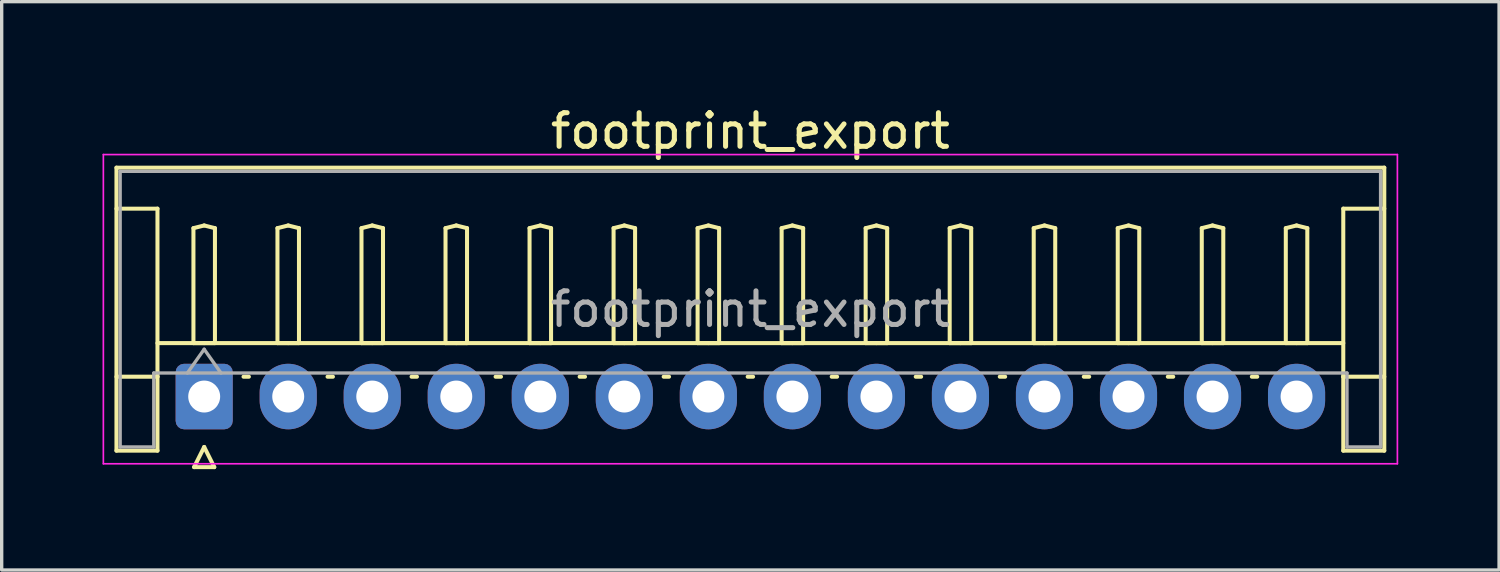
<source format=kicad_pcb>
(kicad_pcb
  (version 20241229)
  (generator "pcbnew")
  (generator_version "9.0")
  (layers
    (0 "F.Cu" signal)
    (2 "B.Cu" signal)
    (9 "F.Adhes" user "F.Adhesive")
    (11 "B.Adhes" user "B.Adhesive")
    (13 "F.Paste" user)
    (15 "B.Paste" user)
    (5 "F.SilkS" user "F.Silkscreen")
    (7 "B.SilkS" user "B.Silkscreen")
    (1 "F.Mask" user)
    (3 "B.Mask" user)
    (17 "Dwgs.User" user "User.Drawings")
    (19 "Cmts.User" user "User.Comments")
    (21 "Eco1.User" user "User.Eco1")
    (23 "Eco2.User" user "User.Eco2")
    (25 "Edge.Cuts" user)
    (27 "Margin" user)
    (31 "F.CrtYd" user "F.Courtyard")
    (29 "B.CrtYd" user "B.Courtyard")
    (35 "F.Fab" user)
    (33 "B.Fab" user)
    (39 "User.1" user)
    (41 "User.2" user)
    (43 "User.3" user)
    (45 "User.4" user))
  (footprint "footprint_export"
    (layer "F.Cu")
    (at 3.025 8.748)
    (property "Reference" "footprint_export" (at 16.25 -7.9 0) (layer "F.SilkS") (effects (font (size 1 1) (thickness 0.15))))
    (attr through_hole)
    (fp_line (start -2.61 -6.81) (end 35.11 -6.81) (stroke (width 0.12) (type solid)) (layer "F.SilkS"))
    (fp_line (start -2.61 -5.59) (end -1.39 -5.59) (stroke (width 0.12) (type solid)) (layer "F.SilkS"))
    (fp_line (start -2.61 1.61) (end -2.61 -6.81) (stroke (width 0.12) (type solid)) (layer "F.SilkS"))
    (fp_line (start -1.39 -5.59) (end -1.39 -0.59) (stroke (width 0.12) (type solid)) (layer "F.SilkS"))
    (fp_line (start -1.39 -1.59) (end 33.89 -1.59) (stroke (width 0.12) (type solid)) (layer "F.SilkS"))
    (fp_line (start -1.39 -0.59) (end -2.61 -0.59) (stroke (width 0.12) (type solid)) (layer "F.SilkS"))
    (fp_line (start -1.39 -0.59) (end -1.39 1.61) (stroke (width 0.12) (type solid)) (layer "F.SilkS"))
    (fp_line (start -1.39 1.61) (end -2.61 1.61) (stroke (width 0.12) (type solid)) (layer "F.SilkS"))
    (fp_line (start -0.32 -5.01) (end 0 -5.09) (stroke (width 0.12) (type solid)) (layer "F.SilkS"))
    (fp_line (start -0.32 -1.59) (end -0.32 -5.01) (stroke (width 0.12) (type solid)) (layer "F.SilkS"))
    (fp_line (start -0.3 2.1) (end 0.3 2.1) (stroke (width 0.12) (type solid)) (layer "F.SilkS"))
    (fp_line (start 0 -5.09) (end 0.32 -5.01) (stroke (width 0.12) (type solid)) (layer "F.SilkS"))
    (fp_line (start 0 -1.59) (end -0.32 -1.59) (stroke (width 0.12) (type solid)) (layer "F.SilkS"))
    (fp_line (start 0 1.5) (end -0.3 2.1) (stroke (width 0.12) (type solid)) (layer "F.SilkS"))
    (fp_line (start 0.3 2.1) (end 0 1.5) (stroke (width 0.12) (type solid)) (layer "F.SilkS"))
    (fp_line (start 0.32 -5.01) (end 0.32 -1.59) (stroke (width 0.12) (type solid)) (layer "F.SilkS"))
    (fp_line (start 0.32 -1.59) (end 0 -1.59) (stroke (width 0.12) (type solid)) (layer "F.SilkS"))
    (fp_line (start 1.17 -0.59) (end 1.33 -0.59) (stroke (width 0.12) (type solid)) (layer "F.SilkS"))
    (fp_line (start 2.18 -5.01) (end 2.5 -5.09) (stroke (width 0.12) (type solid)) (layer "F.SilkS"))
    (fp_line (start 2.18 -1.59) (end 2.18 -5.01) (stroke (width 0.12) (type solid)) (layer "F.SilkS"))
    (fp_line (start 2.5 -5.09) (end 2.82 -5.01) (stroke (width 0.12) (type solid)) (layer "F.SilkS"))
    (fp_line (start 2.5 -1.59) (end 2.18 -1.59) (stroke (width 0.12) (type solid)) (layer "F.SilkS"))
    (fp_line (start 2.82 -5.01) (end 2.82 -1.59) (stroke (width 0.12) (type solid)) (layer "F.SilkS"))
    (fp_line (start 2.82 -1.59) (end 2.5 -1.59) (stroke (width 0.12) (type solid)) (layer "F.SilkS"))
    (fp_line (start 3.67 -0.59) (end 3.83 -0.59) (stroke (width 0.12) (type solid)) (layer "F.SilkS"))
    (fp_line (start 4.68 -5.01) (end 5 -5.09) (stroke (width 0.12) (type solid)) (layer "F.SilkS"))
    (fp_line (start 4.68 -1.59) (end 4.68 -5.01) (stroke (width 0.12) (type solid)) (layer "F.SilkS"))
    (fp_line (start 5 -5.09) (end 5.32 -5.01) (stroke (width 0.12) (type solid)) (layer "F.SilkS"))
    (fp_line (start 5 -1.59) (end 4.68 -1.59) (stroke (width 0.12) (type solid)) (layer "F.SilkS"))
    (fp_line (start 5.32 -5.01) (end 5.32 -1.59) (stroke (width 0.12) (type solid)) (layer "F.SilkS"))
    (fp_line (start 5.32 -1.59) (end 5 -1.59) (stroke (width 0.12) (type solid)) (layer "F.SilkS"))
    (fp_line (start 6.17 -0.59) (end 6.33 -0.59) (stroke (width 0.12) (type solid)) (layer "F.SilkS"))
    (fp_line (start 7.18 -5.01) (end 7.5 -5.09) (stroke (width 0.12) (type solid)) (layer "F.SilkS"))
    (fp_line (start 7.18 -1.59) (end 7.18 -5.01) (stroke (width 0.12) (type solid)) (layer "F.SilkS"))
    (fp_line (start 7.5 -5.09) (end 7.82 -5.01) (stroke (width 0.12) (type solid)) (layer "F.SilkS"))
    (fp_line (start 7.5 -1.59) (end 7.18 -1.59) (stroke (width 0.12) (type solid)) (layer "F.SilkS"))
    (fp_line (start 7.82 -5.01) (end 7.82 -1.59) (stroke (width 0.12) (type solid)) (layer "F.SilkS"))
    (fp_line (start 7.82 -1.59) (end 7.5 -1.59) (stroke (width 0.12) (type solid)) (layer "F.SilkS"))
    (fp_line (start 8.67 -0.59) (end 8.83 -0.59) (stroke (width 0.12) (type solid)) (layer "F.SilkS"))
    (fp_line (start 9.68 -5.01) (end 10 -5.09) (stroke (width 0.12) (type solid)) (layer "F.SilkS"))
    (fp_line (start 9.68 -1.59) (end 9.68 -5.01) (stroke (width 0.12) (type solid)) (layer "F.SilkS"))
    (fp_line (start 10 -5.09) (end 10.32 -5.01) (stroke (width 0.12) (type solid)) (layer "F.SilkS"))
    (fp_line (start 10 -1.59) (end 9.68 -1.59) (stroke (width 0.12) (type solid)) (layer "F.SilkS"))
    (fp_line (start 10.32 -5.01) (end 10.32 -1.59) (stroke (width 0.12) (type solid)) (layer "F.SilkS"))
    (fp_line (start 10.32 -1.59) (end 10 -1.59) (stroke (width 0.12) (type solid)) (layer "F.SilkS"))
    (fp_line (start 11.17 -0.59) (end 11.33 -0.59) (stroke (width 0.12) (type solid)) (layer "F.SilkS"))
    (fp_line (start 12.18 -5.01) (end 12.5 -5.09) (stroke (width 0.12) (type solid)) (layer "F.SilkS"))
    (fp_line (start 12.18 -1.59) (end 12.18 -5.01) (stroke (width 0.12) (type solid)) (layer "F.SilkS"))
    (fp_line (start 12.5 -5.09) (end 12.82 -5.01) (stroke (width 0.12) (type solid)) (layer "F.SilkS"))
    (fp_line (start 12.5 -1.59) (end 12.18 -1.59) (stroke (width 0.12) (type solid)) (layer "F.SilkS"))
    (fp_line (start 12.82 -5.01) (end 12.82 -1.59) (stroke (width 0.12) (type solid)) (layer "F.SilkS"))
    (fp_line (start 12.82 -1.59) (end 12.5 -1.59) (stroke (width 0.12) (type solid)) (layer "F.SilkS"))
    (fp_line (start 13.67 -0.59) (end 13.83 -0.59) (stroke (width 0.12) (type solid)) (layer "F.SilkS"))
    (fp_line (start 14.68 -5.01) (end 15 -5.09) (stroke (width 0.12) (type solid)) (layer "F.SilkS"))
    (fp_line (start 14.68 -1.59) (end 14.68 -5.01) (stroke (width 0.12) (type solid)) (layer "F.SilkS"))
    (fp_line (start 15 -5.09) (end 15.32 -5.01) (stroke (width 0.12) (type solid)) (layer "F.SilkS"))
    (fp_line (start 15 -1.59) (end 14.68 -1.59) (stroke (width 0.12) (type solid)) (layer "F.SilkS"))
    (fp_line (start 15.32 -5.01) (end 15.32 -1.59) (stroke (width 0.12) (type solid)) (layer "F.SilkS"))
    (fp_line (start 15.32 -1.59) (end 15 -1.59) (stroke (width 0.12) (type solid)) (layer "F.SilkS"))
    (fp_line (start 16.17 -0.59) (end 16.33 -0.59) (stroke (width 0.12) (type solid)) (layer "F.SilkS"))
    (fp_line (start 17.18 -5.01) (end 17.5 -5.09) (stroke (width 0.12) (type solid)) (layer "F.SilkS"))
    (fp_line (start 17.18 -1.59) (end 17.18 -5.01) (stroke (width 0.12) (type solid)) (layer "F.SilkS"))
    (fp_line (start 17.5 -5.09) (end 17.82 -5.01) (stroke (width 0.12) (type solid)) (layer "F.SilkS"))
    (fp_line (start 17.5 -1.59) (end 17.18 -1.59) (stroke (width 0.12) (type solid)) (layer "F.SilkS"))
    (fp_line (start 17.82 -5.01) (end 17.82 -1.59) (stroke (width 0.12) (type solid)) (layer "F.SilkS"))
    (fp_line (start 17.82 -1.59) (end 17.5 -1.59) (stroke (width 0.12) (type solid)) (layer "F.SilkS"))
    (fp_line (start 18.67 -0.59) (end 18.83 -0.59) (stroke (width 0.12) (type solid)) (layer "F.SilkS"))
    (fp_line (start 19.68 -5.01) (end 20 -5.09) (stroke (width 0.12) (type solid)) (layer "F.SilkS"))
    (fp_line (start 19.68 -1.59) (end 19.68 -5.01) (stroke (width 0.12) (type solid)) (layer "F.SilkS"))
    (fp_line (start 20 -5.09) (end 20.32 -5.01) (stroke (width 0.12) (type solid)) (layer "F.SilkS"))
    (fp_line (start 20 -1.59) (end 19.68 -1.59) (stroke (width 0.12) (type solid)) (layer "F.SilkS"))
    (fp_line (start 20.32 -5.01) (end 20.32 -1.59) (stroke (width 0.12) (type solid)) (layer "F.SilkS"))
    (fp_line (start 20.32 -1.59) (end 20 -1.59) (stroke (width 0.12) (type solid)) (layer "F.SilkS"))
    (fp_line (start 21.17 -0.59) (end 21.33 -0.59) (stroke (width 0.12) (type solid)) (layer "F.SilkS"))
    (fp_line (start 22.18 -5.01) (end 22.5 -5.09) (stroke (width 0.12) (type solid)) (layer "F.SilkS"))
    (fp_line (start 22.18 -1.59) (end 22.18 -5.01) (stroke (width 0.12) (type solid)) (layer "F.SilkS"))
    (fp_line (start 22.5 -5.09) (end 22.82 -5.01) (stroke (width 0.12) (type solid)) (layer "F.SilkS"))
    (fp_line (start 22.5 -1.59) (end 22.18 -1.59) (stroke (width 0.12) (type solid)) (layer "F.SilkS"))
    (fp_line (start 22.82 -5.01) (end 22.82 -1.59) (stroke (width 0.12) (type solid)) (layer "F.SilkS"))
    (fp_line (start 22.82 -1.59) (end 22.5 -1.59) (stroke (width 0.12) (type solid)) (layer "F.SilkS"))
    (fp_line (start 23.67 -0.59) (end 23.83 -0.59) (stroke (width 0.12) (type solid)) (layer "F.SilkS"))
    (fp_line (start 24.68 -5.01) (end 25 -5.09) (stroke (width 0.12) (type solid)) (layer "F.SilkS"))
    (fp_line (start 24.68 -1.59) (end 24.68 -5.01) (stroke (width 0.12) (type solid)) (layer "F.SilkS"))
    (fp_line (start 25 -5.09) (end 25.32 -5.01) (stroke (width 0.12) (type solid)) (layer "F.SilkS"))
    (fp_line (start 25 -1.59) (end 24.68 -1.59) (stroke (width 0.12) (type solid)) (layer "F.SilkS"))
    (fp_line (start 25.32 -5.01) (end 25.32 -1.59) (stroke (width 0.12) (type solid)) (layer "F.SilkS"))
    (fp_line (start 25.32 -1.59) (end 25 -1.59) (stroke (width 0.12) (type solid)) (layer "F.SilkS"))
    (fp_line (start 26.17 -0.59) (end 26.33 -0.59) (stroke (width 0.12) (type solid)) (layer "F.SilkS"))
    (fp_line (start 27.18 -5.01) (end 27.5 -5.09) (stroke (width 0.12) (type solid)) (layer "F.SilkS"))
    (fp_line (start 27.18 -1.59) (end 27.18 -5.01) (stroke (width 0.12) (type solid)) (layer "F.SilkS"))
    (fp_line (start 27.5 -5.09) (end 27.82 -5.01) (stroke (width 0.12) (type solid)) (layer "F.SilkS"))
    (fp_line (start 27.5 -1.59) (end 27.18 -1.59) (stroke (width 0.12) (type solid)) (layer "F.SilkS"))
    (fp_line (start 27.82 -5.01) (end 27.82 -1.59) (stroke (width 0.12) (type solid)) (layer "F.SilkS"))
    (fp_line (start 27.82 -1.59) (end 27.5 -1.59) (stroke (width 0.12) (type solid)) (layer "F.SilkS"))
    (fp_line (start 28.67 -0.59) (end 28.83 -0.59) (stroke (width 0.12) (type solid)) (layer "F.SilkS"))
    (fp_line (start 29.68 -5.01) (end 30 -5.09) (stroke (width 0.12) (type solid)) (layer "F.SilkS"))
    (fp_line (start 29.68 -1.59) (end 29.68 -5.01) (stroke (width 0.12) (type solid)) (layer "F.SilkS"))
    (fp_line (start 30 -5.09) (end 30.32 -5.01) (stroke (width 0.12) (type solid)) (layer "F.SilkS"))
    (fp_line (start 30 -1.59) (end 29.68 -1.59) (stroke (width 0.12) (type solid)) (layer "F.SilkS"))
    (fp_line (start 30.32 -5.01) (end 30.32 -1.59) (stroke (width 0.12) (type solid)) (layer "F.SilkS"))
    (fp_line (start 30.32 -1.59) (end 30 -1.59) (stroke (width 0.12) (type solid)) (layer "F.SilkS"))
    (fp_line (start 31.17 -0.59) (end 31.33 -0.59) (stroke (width 0.12) (type solid)) (layer "F.SilkS"))
    (fp_line (start 32.18 -5.01) (end 32.5 -5.09) (stroke (width 0.12) (type solid)) (layer "F.SilkS"))
    (fp_line (start 32.18 -1.59) (end 32.18 -5.01) (stroke (width 0.12) (type solid)) (layer "F.SilkS"))
    (fp_line (start 32.5 -5.09) (end 32.82 -5.01) (stroke (width 0.12) (type solid)) (layer "F.SilkS"))
    (fp_line (start 32.5 -1.59) (end 32.18 -1.59) (stroke (width 0.12) (type solid)) (layer "F.SilkS"))
    (fp_line (start 32.82 -5.01) (end 32.82 -1.59) (stroke (width 0.12) (type solid)) (layer "F.SilkS"))
    (fp_line (start 32.82 -1.59) (end 32.5 -1.59) (stroke (width 0.12) (type solid)) (layer "F.SilkS"))
    (fp_line (start 33.89 -5.59) (end 33.89 -0.59) (stroke (width 0.12) (type solid)) (layer "F.SilkS"))
    (fp_line (start 33.89 -0.59) (end 35.11 -0.59) (stroke (width 0.12) (type solid)) (layer "F.SilkS"))
    (fp_line (start 33.89 1.61) (end 33.89 -0.59) (stroke (width 0.12) (type solid)) (layer "F.SilkS"))
    (fp_line (start 35.11 -6.81) (end 35.11 1.61) (stroke (width 0.12) (type solid)) (layer "F.SilkS"))
    (fp_line (start 35.11 -5.59) (end 33.89 -5.59) (stroke (width 0.12) (type solid)) (layer "F.SilkS"))
    (fp_line (start 35.11 1.61) (end 33.89 1.61) (stroke (width 0.12) (type solid)) (layer "F.SilkS"))
    (fp_line (start -3 -7.2) (end -3 2) (stroke (width 0.05) (type solid)) (layer "F.CrtYd"))
    (fp_line (start -3 2) (end 35.5 2) (stroke (width 0.05) (type solid)) (layer "F.CrtYd"))
    (fp_line (start 35.5 -7.2) (end -3 -7.2) (stroke (width 0.05) (type solid)) (layer "F.CrtYd"))
    (fp_line (start 35.5 2) (end 35.5 -7.2) (stroke (width 0.05) (type solid)) (layer "F.CrtYd"))
    (fp_line (start -2.5 -6.7) (end 35 -6.7) (stroke (width 0.1) (type solid)) (layer "F.Fab"))
    (fp_line (start -2.5 1.5) (end -2.5 -6.7) (stroke (width 0.1) (type solid)) (layer "F.Fab"))
    (fp_line (start -1.5 -0.7) (end -1.5 1.5) (stroke (width 0.1) (type solid)) (layer "F.Fab"))
    (fp_line (start -1.5 1.5) (end -2.5 1.5) (stroke (width 0.1) (type solid)) (layer "F.Fab"))
    (fp_line (start -0.5 -0.7) (end 0 -1.407) (stroke (width 0.1) (type solid)) (layer "F.Fab"))
    (fp_line (start 0 -1.407) (end 0.5 -0.7) (stroke (width 0.1) (type solid)) (layer "F.Fab"))
    (fp_line (start 34 -0.7) (end -1.5 -0.7) (stroke (width 0.1) (type solid)) (layer "F.Fab"))
    (fp_line (start 34 1.5) (end 34 -0.7) (stroke (width 0.1) (type solid)) (layer "F.Fab"))
    (fp_line (start 35 -6.7) (end 35 1.5) (stroke (width 0.1) (type solid)) (layer "F.Fab"))
    (fp_line (start 35 1.5) (end 34 1.5) (stroke (width 0.1) (type solid)) (layer "F.Fab"))
    (fp_text user "${REFERENCE}" (at 16.25 -2.6 0) (layer "F.Fab") (effects (font (size 1 1) (thickness 0.15))))
    (pad "1" thru_hole roundrect (at 0 0) (size 1.7 1.95) (drill 0.95) (layers "*.Cu" "*.Mask") (roundrect_rratio 0.147))
    (pad "2" thru_hole oval (at 2.5 0) (size 1.7 1.95) (drill 0.95) (layers "*.Cu" "*.Mask"))
    (pad "3" thru_hole oval (at 5 0) (size 1.7 1.95) (drill 0.95) (layers "*.Cu" "*.Mask"))
    (pad "4" thru_hole oval (at 7.5 0) (size 1.7 1.95) (drill 0.95) (layers "*.Cu" "*.Mask"))
    (pad "5" thru_hole oval (at 10 0) (size 1.7 1.95) (drill 0.95) (layers "*.Cu" "*.Mask"))
    (pad "6" thru_hole oval (at 12.5 0) (size 1.7 1.95) (drill 0.95) (layers "*.Cu" "*.Mask"))
    (pad "7" thru_hole oval (at 15 0) (size 1.7 1.95) (drill 0.95) (layers "*.Cu" "*.Mask"))
    (pad "8" thru_hole oval (at 17.5 0) (size 1.7 1.95) (drill 0.95) (layers "*.Cu" "*.Mask"))
    (pad "9" thru_hole oval (at 20 0) (size 1.7 1.95) (drill 0.95) (layers "*.Cu" "*.Mask"))
    (pad "10" thru_hole oval (at 22.5 0) (size 1.7 1.95) (drill 0.95) (layers "*.Cu" "*.Mask"))
    (pad "11" thru_hole oval (at 25 0) (size 1.7 1.95) (drill 0.95) (layers "*.Cu" "*.Mask"))
    (pad "12" thru_hole oval (at 27.5 0) (size 1.7 1.95) (drill 0.95) (layers "*.Cu" "*.Mask"))
    (pad "13" thru_hole oval (at 30 0) (size 1.7 1.95) (drill 0.95) (layers "*.Cu" "*.Mask"))
    (pad "14" thru_hole oval (at 32.5 0) (size 1.7 1.95) (drill 0.95) (layers "*.Cu" "*.Mask")))
  (gr_rect
    (start -3 -3)
    (end 41.55 13.908)
    (stroke (width 0.1) (type default))
    (fill no)
    (layer "Edge.Cuts")))
</source>
